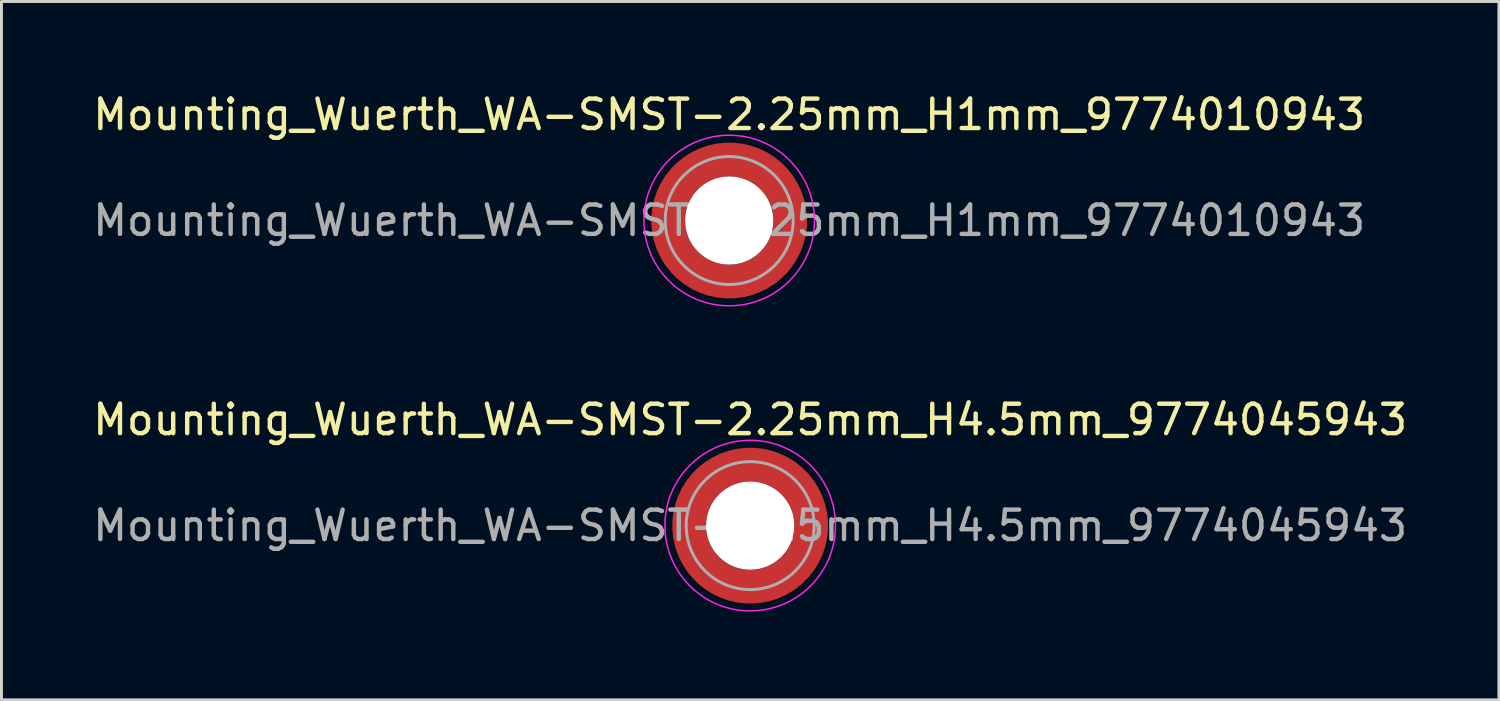
<source format=kicad_pcb>
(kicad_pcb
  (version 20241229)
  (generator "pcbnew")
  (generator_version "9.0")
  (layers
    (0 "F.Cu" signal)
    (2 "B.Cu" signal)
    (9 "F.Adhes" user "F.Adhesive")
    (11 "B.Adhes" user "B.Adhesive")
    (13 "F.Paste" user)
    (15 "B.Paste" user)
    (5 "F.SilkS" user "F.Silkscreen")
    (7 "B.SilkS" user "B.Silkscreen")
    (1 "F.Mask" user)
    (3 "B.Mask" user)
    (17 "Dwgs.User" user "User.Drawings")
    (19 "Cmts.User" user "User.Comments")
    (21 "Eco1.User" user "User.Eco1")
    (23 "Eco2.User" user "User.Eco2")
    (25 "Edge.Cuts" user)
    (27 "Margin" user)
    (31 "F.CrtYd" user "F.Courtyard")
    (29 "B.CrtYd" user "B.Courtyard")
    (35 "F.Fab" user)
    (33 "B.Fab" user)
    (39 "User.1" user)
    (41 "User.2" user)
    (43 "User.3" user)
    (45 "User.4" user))
  (footprint "Mounting_Wuerth_WA-SMST-2.25mm_H4.5mm_9774045943"
    (layer "F.Cu")
    (at 22.458 14.822)
    (property "Reference" "Mounting_Wuerth_WA-SMST-2.25mm_H4.5mm_9774045943" (at 0 -3.6 0) (layer "F.SilkS") (effects (font (size 1 1) (thickness 0.15))))
    (attr smd)
    (fp_circle (center 0 0) (end 2.9 0) (stroke (width 0.05) (type solid)) (fill no) (layer "F.CrtYd"))
    (fp_circle (center 0 0) (end 2.175 0) (stroke (width 0.1) (type solid)) (fill no) (layer "F.Fab"))
    (fp_text user "${REFERENCE}" (at 0 0 0) (layer "F.Fab") (effects (font (size 1 1) (thickness 0.15))))
    (pad "" smd custom (at -1.453 -1.453) (size 0.61 0.61) (layers "F.Paste") (options (anchor circle)) (primitives (gr_arc (start -0.147677 1.053104) (mid 0.285964 0.286792) (end 1.051968 -0.147393) (width 0.2)) (gr_arc (start -0.240295 1.053104) (mid 0.22253 0.222946) (end 1.052531 -0.24016) (width 0.2)) (gr_arc (start -0.332645 1.053104) (mid 0.158548 0.15965) (end 1.051583 -0.332304) (width 0.2)) (gr_arc (start -0.424767 1.053104) (mid 0.09486 0.096059) (end 1.051446 -0.424413) (width 0.2)) (gr_arc (start -0.516693 1.053104) (mid 0.031293 0.032346) (end 1.051645 -0.516396) (width 0.2)) (gr_arc (start -0.608448 1.053104) (mid -0.032323 -0.031316) (end 1.051707 -0.608176) (width 0.2)) (gr_arc (start -0.700056 1.053104) (mid -0.09616 -0.094758) (end 1.051155 -0.699693) (width 0.2)) (gr_arc (start -0.791534 1.053104) (mid -0.160388 -0.15781) (end 1.049515 -0.790891) (width 0.2)) (gr_arc (start -0.882896 1.053104) (mid -0.223713 -0.221764) (end 1.050388 -0.882429) (width 0.2)) (gr_arc (start -0.974157 1.053104) (mid -0.287654 -0.285101) (end 1.049541 -0.973567) (width 0.2)) (gr_line (start 1.053 -0.148) (end 1.053 -0.974) (width 0.2)) (gr_line (start -0.148 1.053) (end -0.974 1.053) (width 0.2))))
    (pad "" smd custom (at -1.453 1.453) (size 0.61 0.61) (layers "F.Paste") (options (anchor circle)) (primitives (gr_arc (start 1.053104 0.147677) (mid 0.286792 -0.285964) (end -0.147393 -1.051968) (width 0.2)) (gr_arc (start 1.053104 0.240295) (mid 0.222946 -0.22253) (end -0.24016 -1.052531) (width 0.2)) (gr_arc (start 1.053104 0.332645) (mid 0.15965 -0.158548) (end -0.332304 -1.051583) (width 0.2)) (gr_arc (start 1.053104 0.424767) (mid 0.096059 -0.09486) (end -0.424413 -1.051446) (width 0.2)) (gr_arc (start 1.053104 0.516693) (mid 0.032346 -0.031293) (end -0.516396 -1.051645) (width 0.2)) (gr_arc (start 1.053104 0.608448) (mid -0.031316 0.032323) (end -0.608176 -1.051707) (width 0.2)) (gr_arc (start 1.053104 0.700056) (mid -0.094758 0.09616) (end -0.699693 -1.051155) (width 0.2)) (gr_arc (start 1.053104 0.791534) (mid -0.15781 0.160388) (end -0.790891 -1.049515) (width 0.2)) (gr_arc (start 1.053104 0.882896) (mid -0.221764 0.223713) (end -0.882429 -1.050388) (width 0.2)) (gr_arc (start 1.053104 0.974157) (mid -0.285101 0.287654) (end -0.973567 -1.049541) (width 0.2)) (gr_line (start -0.148 -1.053) (end -0.974 -1.053) (width 0.2)) (gr_line (start 1.053 0.148) (end 1.053 0.974) (width 0.2))))
    (pad "" np_thru_hole circle (at 0 0) (size 3 3) (drill 3) (layers "*.Cu" "*.Mask"))
    (pad "" smd custom (at 1.453 -1.453) (size 0.61 0.61) (layers "F.Paste") (options (anchor circle)) (primitives (gr_arc (start -1.053104 -0.147677) (mid -0.286792 0.285964) (end 0.147393 1.051968) (width 0.2)) (gr_arc (start -1.053104 -0.240295) (mid -0.222946 0.22253) (end 0.24016 1.052531) (width 0.2)) (gr_arc (start -1.053104 -0.332645) (mid -0.15965 0.158548) (end 0.332304 1.051583) (width 0.2)) (gr_arc (start -1.053104 -0.424767) (mid -0.096059 0.09486) (end 0.424413 1.051446) (width 0.2)) (gr_arc (start -1.053104 -0.516693) (mid -0.032346 0.031293) (end 0.516396 1.051645) (width 0.2)) (gr_arc (start -1.053104 -0.608448) (mid 0.031316 -0.032323) (end 0.608176 1.051707) (width 0.2)) (gr_arc (start -1.053104 -0.700056) (mid 0.094758 -0.09616) (end 0.699693 1.051155) (width 0.2)) (gr_arc (start -1.053104 -0.791534) (mid 0.15781 -0.160388) (end 0.790891 1.049515) (width 0.2)) (gr_arc (start -1.053104 -0.882896) (mid 0.221764 -0.223713) (end 0.882429 1.050388) (width 0.2)) (gr_arc (start -1.053104 -0.974157) (mid 0.285101 -0.287654) (end 0.973567 1.049541) (width 0.2)) (gr_line (start 0.148 1.053) (end 0.974 1.053) (width 0.2)) (gr_line (start -1.053 -0.148) (end -1.053 -0.974) (width 0.2))))
    (pad "" smd custom (at 1.453 1.453) (size 0.61 0.61) (layers "F.Paste") (options (anchor circle)) (primitives (gr_arc (start 0.147677 -1.053104) (mid -0.285964 -0.286792) (end -1.051968 0.147393) (width 0.2)) (gr_arc (start 0.240295 -1.053104) (mid -0.22253 -0.222946) (end -1.052531 0.24016) (width 0.2)) (gr_arc (start 0.332645 -1.053104) (mid -0.158548 -0.15965) (end -1.051583 0.332304) (width 0.2)) (gr_arc (start 0.424767 -1.053104) (mid -0.09486 -0.096059) (end -1.051446 0.424413) (width 0.2)) (gr_arc (start 0.516693 -1.053104) (mid -0.031293 -0.032346) (end -1.051645 0.516396) (width 0.2)) (gr_arc (start 0.608448 -1.053104) (mid 0.032323 0.031316) (end -1.051707 0.608176) (width 0.2)) (gr_arc (start 0.700056 -1.053104) (mid 0.09616 0.094758) (end -1.051155 0.699693) (width 0.2)) (gr_arc (start 0.791534 -1.053104) (mid 0.160388 0.15781) (end -1.049515 0.790891) (width 0.2)) (gr_arc (start 0.882896 -1.053104) (mid 0.223713 0.221764) (end -1.050388 0.882429) (width 0.2)) (gr_arc (start 0.974157 -1.053104) (mid 0.287654 0.285101) (end -1.049541 0.973567) (width 0.2)) (gr_line (start -1.053 0.148) (end -1.053 0.974) (width 0.2)) (gr_line (start 0.148 -1.053) (end 0.974 -1.053) (width 0.2))))
    (pad "1" smd circle (at -2.075 0) (size 0.75 0.75) (layers "F.Cu"))
    (pad "1" smd circle (at 0 -2.075) (size 0.75 0.75) (layers "F.Cu"))
    (pad "1" smd circle (at 0 2.075) (size 0.75 0.75) (layers "F.Cu"))
    (pad "1" smd custom (at 2.075 0) (size 0.75 0.75) (layers "F.Cu" "F.Mask") (options (anchor circle)) (primitives (gr_circle (center -2.075 0) (end 0 0) (width 1.15) (fill no)))))
  (footprint "Mounting_Wuerth_WA-SMST-2.25mm_H1mm_9774010943"
    (layer "F.Cu")
    (at 21.744 4.448)
    (property "Reference" "Mounting_Wuerth_WA-SMST-2.25mm_H1mm_9774010943" (at 0 -3.6 0) (layer "F.SilkS") (effects (font (size 1 1) (thickness 0.15))))
    (attr smd)
    (fp_circle (center 0 0) (end 2.9 0) (stroke (width 0.05) (type solid)) (fill no) (layer "F.CrtYd"))
    (fp_circle (center 0 0) (end 2.175 0) (stroke (width 0.1) (type solid)) (fill no) (layer "F.Fab"))
    (fp_text user "${REFERENCE}" (at 0 0 0) (layer "F.Fab") (effects (font (size 1 1) (thickness 0.15))))
    (pad "" smd custom (at -1.453 -1.453) (size 0.61 0.61) (layers "F.Paste") (options (anchor circle)) (primitives (gr_arc (start -0.147677 1.053104) (mid 0.285964 0.286792) (end 1.051968 -0.147393) (width 0.2)) (gr_arc (start -0.240295 1.053104) (mid 0.22253 0.222946) (end 1.052531 -0.24016) (width 0.2)) (gr_arc (start -0.332645 1.053104) (mid 0.158548 0.15965) (end 1.051583 -0.332304) (width 0.2)) (gr_arc (start -0.424767 1.053104) (mid 0.09486 0.096059) (end 1.051446 -0.424413) (width 0.2)) (gr_arc (start -0.516693 1.053104) (mid 0.031293 0.032346) (end 1.051645 -0.516396) (width 0.2)) (gr_arc (start -0.608448 1.053104) (mid -0.032323 -0.031316) (end 1.051707 -0.608176) (width 0.2)) (gr_arc (start -0.700056 1.053104) (mid -0.09616 -0.094758) (end 1.051155 -0.699693) (width 0.2)) (gr_arc (start -0.791534 1.053104) (mid -0.160388 -0.15781) (end 1.049515 -0.790891) (width 0.2)) (gr_arc (start -0.882896 1.053104) (mid -0.223713 -0.221764) (end 1.050388 -0.882429) (width 0.2)) (gr_arc (start -0.974157 1.053104) (mid -0.287654 -0.285101) (end 1.049541 -0.973567) (width 0.2)) (gr_line (start 1.053 -0.148) (end 1.053 -0.974) (width 0.2)) (gr_line (start -0.148 1.053) (end -0.974 1.053) (width 0.2))))
    (pad "" smd custom (at -1.453 1.453) (size 0.61 0.61) (layers "F.Paste") (options (anchor circle)) (primitives (gr_arc (start 1.053104 0.147677) (mid 0.286792 -0.285964) (end -0.147393 -1.051968) (width 0.2)) (gr_arc (start 1.053104 0.240295) (mid 0.222946 -0.22253) (end -0.24016 -1.052531) (width 0.2)) (gr_arc (start 1.053104 0.332645) (mid 0.15965 -0.158548) (end -0.332304 -1.051583) (width 0.2)) (gr_arc (start 1.053104 0.424767) (mid 0.096059 -0.09486) (end -0.424413 -1.051446) (width 0.2)) (gr_arc (start 1.053104 0.516693) (mid 0.032346 -0.031293) (end -0.516396 -1.051645) (width 0.2)) (gr_arc (start 1.053104 0.608448) (mid -0.031316 0.032323) (end -0.608176 -1.051707) (width 0.2)) (gr_arc (start 1.053104 0.700056) (mid -0.094758 0.09616) (end -0.699693 -1.051155) (width 0.2)) (gr_arc (start 1.053104 0.791534) (mid -0.15781 0.160388) (end -0.790891 -1.049515) (width 0.2)) (gr_arc (start 1.053104 0.882896) (mid -0.221764 0.223713) (end -0.882429 -1.050388) (width 0.2)) (gr_arc (start 1.053104 0.974157) (mid -0.285101 0.287654) (end -0.973567 -1.049541) (width 0.2)) (gr_line (start -0.148 -1.053) (end -0.974 -1.053) (width 0.2)) (gr_line (start 1.053 0.148) (end 1.053 0.974) (width 0.2))))
    (pad "" np_thru_hole circle (at 0 0) (size 3 3) (drill 3) (layers "*.Cu" "*.Mask"))
    (pad "" smd custom (at 1.453 -1.453) (size 0.61 0.61) (layers "F.Paste") (options (anchor circle)) (primitives (gr_arc (start -1.053104 -0.147677) (mid -0.286792 0.285964) (end 0.147393 1.051968) (width 0.2)) (gr_arc (start -1.053104 -0.240295) (mid -0.222946 0.22253) (end 0.24016 1.052531) (width 0.2)) (gr_arc (start -1.053104 -0.332645) (mid -0.15965 0.158548) (end 0.332304 1.051583) (width 0.2)) (gr_arc (start -1.053104 -0.424767) (mid -0.096059 0.09486) (end 0.424413 1.051446) (width 0.2)) (gr_arc (start -1.053104 -0.516693) (mid -0.032346 0.031293) (end 0.516396 1.051645) (width 0.2)) (gr_arc (start -1.053104 -0.608448) (mid 0.031316 -0.032323) (end 0.608176 1.051707) (width 0.2)) (gr_arc (start -1.053104 -0.700056) (mid 0.094758 -0.09616) (end 0.699693 1.051155) (width 0.2)) (gr_arc (start -1.053104 -0.791534) (mid 0.15781 -0.160388) (end 0.790891 1.049515) (width 0.2)) (gr_arc (start -1.053104 -0.882896) (mid 0.221764 -0.223713) (end 0.882429 1.050388) (width 0.2)) (gr_arc (start -1.053104 -0.974157) (mid 0.285101 -0.287654) (end 0.973567 1.049541) (width 0.2)) (gr_line (start 0.148 1.053) (end 0.974 1.053) (width 0.2)) (gr_line (start -1.053 -0.148) (end -1.053 -0.974) (width 0.2))))
    (pad "" smd custom (at 1.453 1.453) (size 0.61 0.61) (layers "F.Paste") (options (anchor circle)) (primitives (gr_arc (start 0.147677 -1.053104) (mid -0.285964 -0.286792) (end -1.051968 0.147393) (width 0.2)) (gr_arc (start 0.240295 -1.053104) (mid -0.22253 -0.222946) (end -1.052531 0.24016) (width 0.2)) (gr_arc (start 0.332645 -1.053104) (mid -0.158548 -0.15965) (end -1.051583 0.332304) (width 0.2)) (gr_arc (start 0.424767 -1.053104) (mid -0.09486 -0.096059) (end -1.051446 0.424413) (width 0.2)) (gr_arc (start 0.516693 -1.053104) (mid -0.031293 -0.032346) (end -1.051645 0.516396) (width 0.2)) (gr_arc (start 0.608448 -1.053104) (mid 0.032323 0.031316) (end -1.051707 0.608176) (width 0.2)) (gr_arc (start 0.700056 -1.053104) (mid 0.09616 0.094758) (end -1.051155 0.699693) (width 0.2)) (gr_arc (start 0.791534 -1.053104) (mid 0.160388 0.15781) (end -1.049515 0.790891) (width 0.2)) (gr_arc (start 0.882896 -1.053104) (mid 0.223713 0.221764) (end -1.050388 0.882429) (width 0.2)) (gr_arc (start 0.974157 -1.053104) (mid 0.287654 0.285101) (end -1.049541 0.973567) (width 0.2)) (gr_line (start -1.053 0.148) (end -1.053 0.974) (width 0.2)) (gr_line (start 0.148 -1.053) (end 0.974 -1.053) (width 0.2))))
    (pad "1" smd circle (at -2.075 0) (size 0.75 0.75) (layers "F.Cu"))
    (pad "1" smd circle (at 0 -2.075) (size 0.75 0.75) (layers "F.Cu"))
    (pad "1" smd circle (at 0 2.075) (size 0.75 0.75) (layers "F.Cu"))
    (pad "1" smd custom (at 2.075 0) (size 0.75 0.75) (layers "F.Cu" "F.Mask") (options (anchor circle)) (primitives (gr_circle (center -2.075 0) (end 0 0) (width 1.15) (fill no)))))
  (gr_rect
    (start -3 -3)
    (end 47.917 20.747)
    (stroke (width 0.1) (type default))
    (fill no)
    (layer "Edge.Cuts")))
</source>
